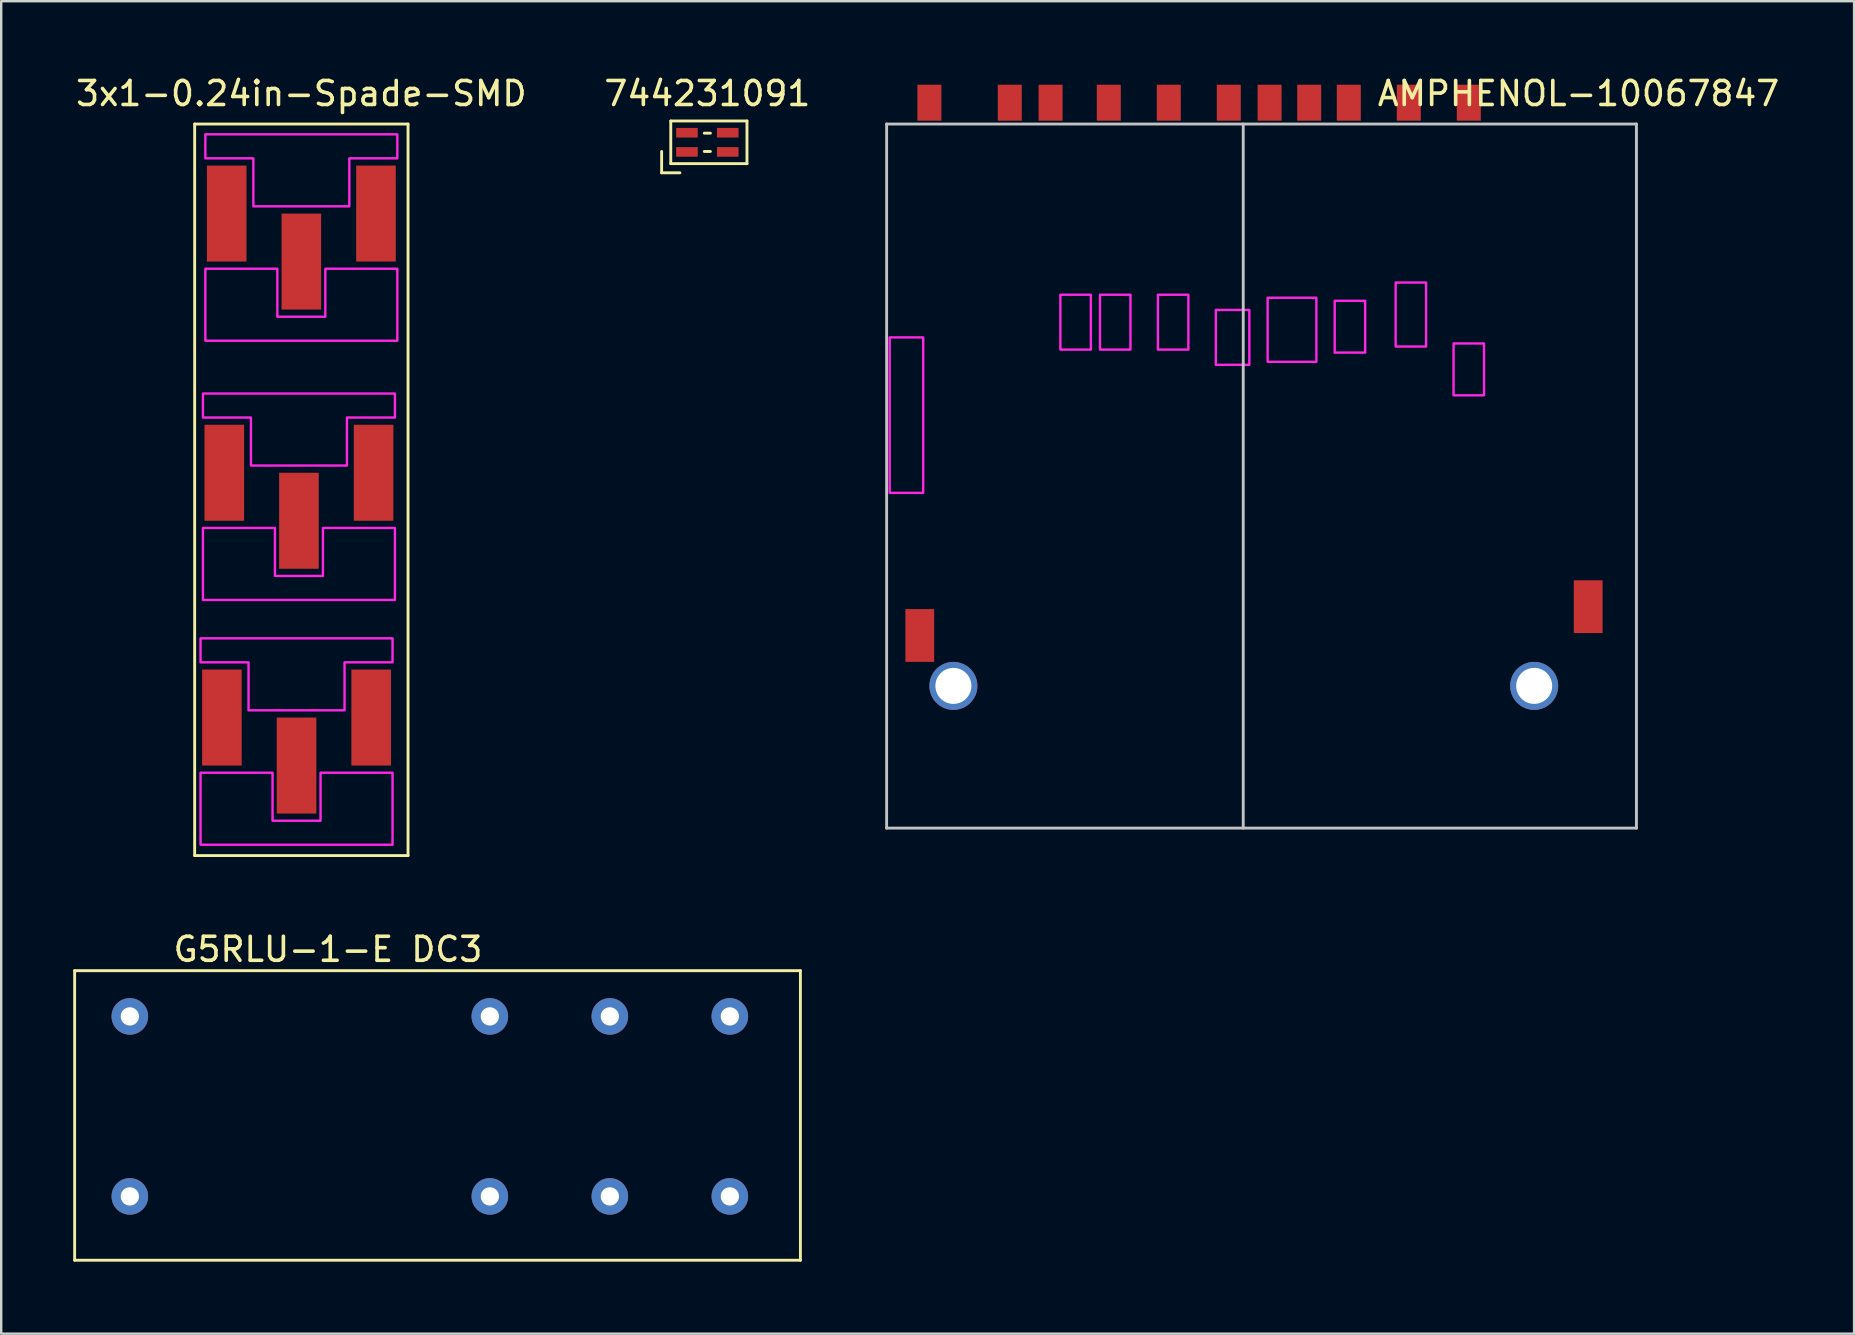
<source format=kicad_pcb>
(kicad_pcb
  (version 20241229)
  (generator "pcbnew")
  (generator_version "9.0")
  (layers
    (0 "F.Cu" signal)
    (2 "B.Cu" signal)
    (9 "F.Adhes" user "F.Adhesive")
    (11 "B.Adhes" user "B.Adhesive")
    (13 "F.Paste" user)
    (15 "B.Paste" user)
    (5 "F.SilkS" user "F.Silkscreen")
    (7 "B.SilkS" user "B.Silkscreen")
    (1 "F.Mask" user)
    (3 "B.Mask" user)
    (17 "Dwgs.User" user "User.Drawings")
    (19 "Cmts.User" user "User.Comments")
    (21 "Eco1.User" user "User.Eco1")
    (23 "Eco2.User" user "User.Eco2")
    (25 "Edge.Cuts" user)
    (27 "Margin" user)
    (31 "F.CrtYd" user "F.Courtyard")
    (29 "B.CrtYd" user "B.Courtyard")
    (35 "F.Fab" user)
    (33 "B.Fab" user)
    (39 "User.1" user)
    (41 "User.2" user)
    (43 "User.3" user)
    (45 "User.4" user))
  (footprint "3x1-0.24in-Spade-SMD"
    (layer "F.Cu")
    (at 9.506 7.833)
    (property "Reference" "3x1-0.24in-Spade-SMD" (at 0 -6.985 180) (layer "F.SilkS") (effects (font (size 1 1) (thickness 0.15))))
    (attr through_hole)
    (fp_line (start -4.445 -5.715) (end -4.445 24.765) (stroke (width 0.12) (type solid)) (layer "F.SilkS"))
    (fp_line (start -4.445 24.765) (end 4.445 24.765) (stroke (width 0.12) (type solid)) (layer "F.SilkS"))
    (fp_line (start 4.445 -5.715) (end -4.445 -5.715) (stroke (width 0.12) (type solid)) (layer "F.SilkS"))
    (fp_line (start 4.445 24.765) (end 4.445 -5.715) (stroke (width 0.12) (type solid)) (layer "F.SilkS"))
    (fp_poly (pts (xy -1.2 23.315) (xy 0.8 23.315) (xy 0.8 21.315) (xy 3.8 21.315) (xy 3.8 24.315) (xy -4.2 24.315) (xy -4.2 21.315) (xy -1.2 21.315)) (stroke (width 0.1) (type solid)) (fill no) (layer "F.CrtYd"))
    (fp_poly (pts (xy -1.1 13.115) (xy 0.9 13.115) (xy 0.9 11.115) (xy 3.9 11.115) (xy 3.9 14.115) (xy -4.1 14.115) (xy -4.1 11.115) (xy -1.1 11.115)) (stroke (width 0.1) (type solid)) (fill no) (layer "F.CrtYd"))
    (fp_poly (pts (xy -1 2.315) (xy 1 2.315) (xy 1 0.315) (xy 4 0.315) (xy 4 3.315) (xy -4 3.315) (xy -4 0.315) (xy -1 0.315)) (stroke (width 0.1) (type solid)) (fill no) (layer "F.CrtYd"))
    (fp_poly (pts (xy 3.8 16.715) (xy 1.8 16.715) (xy 1.8 18.715) (xy -2.2 18.715) (xy -2.2 16.715) (xy -4.2 16.715) (xy -4.2 15.715) (xy 3.8 15.715)) (stroke (width 0.1) (type solid)) (fill no) (layer "F.CrtYd"))
    (fp_poly (pts (xy 3.9 6.515) (xy 1.9 6.515) (xy 1.9 8.515) (xy -2.1 8.515) (xy -2.1 6.515) (xy -4.1 6.515) (xy -4.1 5.515) (xy 3.9 5.515)) (stroke (width 0.1) (type solid)) (fill no) (layer "F.CrtYd"))
    (fp_poly (pts (xy 4 -4.285) (xy 2 -4.285) (xy 2 -2.285) (xy -2 -2.285) (xy -2 -4.285) (xy -4 -4.285) (xy -4 -5.285) (xy 4 -5.285)) (stroke (width 0.1) (type solid)) (fill no) (layer "F.CrtYd"))
    (pad "1" smd rect (at -3.11 -1.985) (size 1.65 4) (layers "F.Cu" "F.Mask" "F.Paste"))
    (pad "1" smd rect (at 0 0.015) (size 1.65 4) (layers "F.Cu" "F.Mask" "F.Paste"))
    (pad "1" smd rect (at 3.11 -1.985) (size 1.65 4) (layers "F.Cu" "F.Mask" "F.Paste"))
    (pad "2" smd rect (at -3.21 8.815) (size 1.65 4) (layers "F.Cu" "F.Mask" "F.Paste"))
    (pad "2" smd rect (at -0.1 10.815) (size 1.65 4) (layers "F.Cu" "F.Mask" "F.Paste"))
    (pad "2" smd rect (at 3.01 8.815) (size 1.65 4) (layers "F.Cu" "F.Mask" "F.Paste"))
    (pad "3" smd rect (at -3.31 19.015) (size 1.65 4) (layers "F.Cu" "F.Mask" "F.Paste"))
    (pad "3" smd rect (at -0.2 21.015) (size 1.65 4) (layers "F.Cu" "F.Mask" "F.Paste"))
    (pad "3" smd rect (at 2.91 19.015) (size 1.65 4) (layers "F.Cu" "F.Mask" "F.Paste")))
  (footprint "G5RLU-1-E DC3"
    (layer "F.Cu")
    (at 2.36 39.3)
    (property "Reference" "G5RLU-1-E DC3" (at 8.255 -2.794 0) (layer "F.SilkS") (effects (font (size 1 1) (thickness 0.15))))
    (attr through_hole)
    (fp_line (start -2.3 -1.905) (end -2.3 10.16) (stroke (width 0.12) (type solid)) (layer "F.SilkS"))
    (fp_line (start -2.3 -1.905) (end 27.94 -1.905) (stroke (width 0.12) (type solid)) (layer "F.SilkS"))
    (fp_line (start -2.3 10.16) (end 27.94 10.16) (stroke (width 0.12) (type solid)) (layer "F.SilkS"))
    (fp_line (start 27.94 -1.905) (end 27.94 10.16) (stroke (width 0.12) (type solid)) (layer "F.SilkS"))
    (pad "1" thru_hole circle (at 0 0) (size 1.524 1.524) (drill 0.762) (layers "*.Cu" "*.Mask"))
    (pad "2" thru_hole circle (at 0 7.5) (size 1.524 1.524) (drill 0.762) (layers "*.Cu" "*.Mask"))
    (pad "3" thru_hole circle (at 15 7.5) (size 1.524 1.524) (drill 0.762) (layers "*.Cu" "*.Mask"))
    (pad "4" thru_hole circle (at 15 0) (size 1.524 1.524) (drill 0.762) (layers "*.Cu" "*.Mask"))
    (pad "5" thru_hole circle (at 20 0) (size 1.524 1.524) (drill 0.762) (layers "*.Cu" "*.Mask"))
    (pad "6" thru_hole circle (at 20 7.5) (size 1.524 1.524) (drill 0.762) (layers "*.Cu" "*.Mask"))
    (pad "7" thru_hole circle (at 25 0) (size 1.524 1.524) (drill 0.762) (layers "*.Cu" "*.Mask"))
    (pad "8" thru_hole circle (at 25 7.5) (size 1.524 1.524) (drill 0.762) (layers "*.Cu" "*.Mask")))
  (footprint "AMPHENOL-10067847"
    (layer "F.Cu")
    (at 58.15 1.229)
    (property "Reference" "AMPHENOL-10067847" (at 4.572 -0.381 0) (layer "F.SilkS") (effects (font (size 1 1) (thickness 0.15))))
    (attr through_hole)
    (fp_line (start -24.257 0.889) (end 6.985 0.889) (stroke (width 0.12) (type solid)) (layer "Dwgs.User"))
    (fp_line (start -24.257 30.226) (end -24.257 0.889) (stroke (width 0.12) (type solid)) (layer "Dwgs.User"))
    (fp_line (start -9.398 0.889) (end -9.398 30.226) (stroke (width 0.12) (type solid)) (layer "Dwgs.User"))
    (fp_line (start 6.985 0.889) (end 6.985 30.226) (stroke (width 0.12) (type solid)) (layer "Dwgs.User"))
    (fp_line (start 6.985 30.226) (end -24.257 30.226) (stroke (width 0.12) (type solid)) (layer "Dwgs.User"))
    (fp_poly (pts (xy -22.733 16.256) (xy -24.13 16.256) (xy -24.13 9.779) (xy -22.733 9.779)) (stroke (width 0.1) (type solid)) (fill no) (layer "F.CrtYd"))
    (fp_poly (pts (xy -15.748 10.287) (xy -17.018 10.287) (xy -17.018 8.001) (xy -15.748 8.001)) (stroke (width 0.1) (type solid)) (fill no) (layer "F.CrtYd"))
    (fp_poly (pts (xy -14.097 10.287) (xy -15.367 10.287) (xy -15.367 8.001) (xy -14.097 8.001)) (stroke (width 0.1) (type solid)) (fill no) (layer "F.CrtYd"))
    (fp_poly (pts (xy -11.684 10.287) (xy -12.954 10.287) (xy -12.954 8.001) (xy -11.684 8.001)) (stroke (width 0.1) (type solid)) (fill no) (layer "F.CrtYd"))
    (fp_poly (pts (xy -9.144 10.922) (xy -10.541 10.922) (xy -10.541 8.636) (xy -9.144 8.636)) (stroke (width 0.1) (type solid)) (fill no) (layer "F.CrtYd"))
    (fp_poly (pts (xy -6.35 10.795) (xy -8.382 10.795) (xy -8.382 8.128) (xy -6.35 8.128)) (stroke (width 0.1) (type solid)) (fill no) (layer "F.CrtYd"))
    (fp_poly (pts (xy -4.318 10.414) (xy -5.588 10.414) (xy -5.588 8.255) (xy -4.318 8.255)) (stroke (width 0.1) (type solid)) (fill no) (layer "F.CrtYd"))
    (fp_poly (pts (xy -1.778 10.16) (xy -3.048 10.16) (xy -3.048 7.493) (xy -1.778 7.493)) (stroke (width 0.1) (type solid)) (fill no) (layer "F.CrtYd"))
    (fp_poly (pts (xy 0.635 12.192) (xy -0.635 12.192) (xy -0.635 10.033) (xy 0.635 10.033)) (stroke (width 0.1) (type solid)) (fill no) (layer "F.CrtYd"))
    (pad "" thru_hole circle (at -21.475 24.3 180) (size 2 2) (drill 1.5) (layers "*.Cu" "*.Mask"))
    (pad "" thru_hole circle (at 2.725 24.3 180) (size 2 2) (drill 1.5) (layers "*.Cu" "*.Mask"))
    (pad "1" smd rect (at 0 0) (size 1 1.5) (layers "F.Cu" "F.Mask" "F.Paste"))
    (pad "2" smd rect (at -2.5 0) (size 1 1.5) (layers "F.Cu" "F.Mask" "F.Paste"))
    (pad "3" smd rect (at -5 0) (size 1 1.5) (layers "F.Cu" "F.Mask" "F.Paste"))
    (pad "4" smd rect (at -6.65 0) (size 1 1.5) (layers "F.Cu" "F.Mask" "F.Paste"))
    (pad "5" smd rect (at -8.3 0) (size 1 1.5) (layers "F.Cu" "F.Mask" "F.Paste"))
    (pad "6" smd rect (at -10 0) (size 1 1.5) (layers "F.Cu" "F.Mask" "F.Paste"))
    (pad "7" smd rect (at -12.5 0) (size 1 1.5) (layers "F.Cu" "F.Mask" "F.Paste"))
    (pad "8" smd rect (at -15 0) (size 1 1.5) (layers "F.Cu" "F.Mask" "F.Paste"))
    (pad "9" smd rect (at -17.425 0) (size 1 1.5) (layers "F.Cu" "F.Mask" "F.Paste"))
    (pad "10" smd rect (at -19.125 0) (size 1 1.5) (layers "F.Cu" "F.Mask" "F.Paste"))
    (pad "11" smd rect (at -22.475 0) (size 1 1.5) (layers "F.Cu" "F.Mask" "F.Paste"))
    (pad "GND" smd rect (at -22.875 22.2 180) (size 1.2 2.2) (layers "F.Cu" "F.Mask" "F.Paste"))
    (pad "GND" smd rect (at 4.975 21 180) (size 1.2 2.2) (layers "F.Cu" "F.Mask" "F.Paste")))
  (footprint "744231091"
    (layer "F.Cu")
    (at 26.423 2.88)
    (property "Reference" "744231091" (at 0 -2.032 0) (layer "F.SilkS") (effects (font (size 1 1) (thickness 0.15))))
    (attr through_hole)
    (fp_line (start -1.905 0.381) (end -1.905 1.27) (stroke (width 0.12) (type solid)) (layer "F.SilkS"))
    (fp_line (start -1.905 1.27) (end -1.143 1.27) (stroke (width 0.12) (type solid)) (layer "F.SilkS"))
    (fp_line (start -1.524 -0.889) (end 1.651 -0.889) (stroke (width 0.12) (type solid)) (layer "F.SilkS"))
    (fp_line (start -1.524 0.889) (end -1.524 -0.889) (stroke (width 0.12) (type solid)) (layer "F.SilkS"))
    (fp_line (start -0.127 -0.381) (end 0.127 -0.381) (stroke (width 0.12) (type solid)) (layer "F.SilkS"))
    (fp_line (start -0.127 0.381) (end 0.127 0.381) (stroke (width 0.12) (type solid)) (layer "F.SilkS"))
    (fp_line (start 1.651 -0.889) (end 1.651 0.889) (stroke (width 0.12) (type solid)) (layer "F.SilkS"))
    (fp_line (start 1.651 0.889) (end -1.524 0.889) (stroke (width 0.12) (type solid)) (layer "F.SilkS"))
    (pad "1" smd rect (at -0.85 0.4) (size 0.9 0.4) (layers "F.Cu" "F.Mask" "F.Paste"))
    (pad "2" smd rect (at 0.85 0.4) (size 0.9 0.4) (layers "F.Cu" "F.Mask" "F.Paste"))
    (pad "3" smd rect (at 0.85 -0.4) (size 0.9 0.4) (layers "F.Cu" "F.Mask" "F.Paste"))
    (pad "4" smd rect (at -0.85 -0.4) (size 0.9 0.4) (layers "F.Cu" "F.Mask" "F.Paste")))
  (gr_rect
    (start -3 -3)
    (end 74.204 52.52)
    (stroke (width 0.1) (type default))
    (fill no)
    (layer "Edge.Cuts")))
</source>
